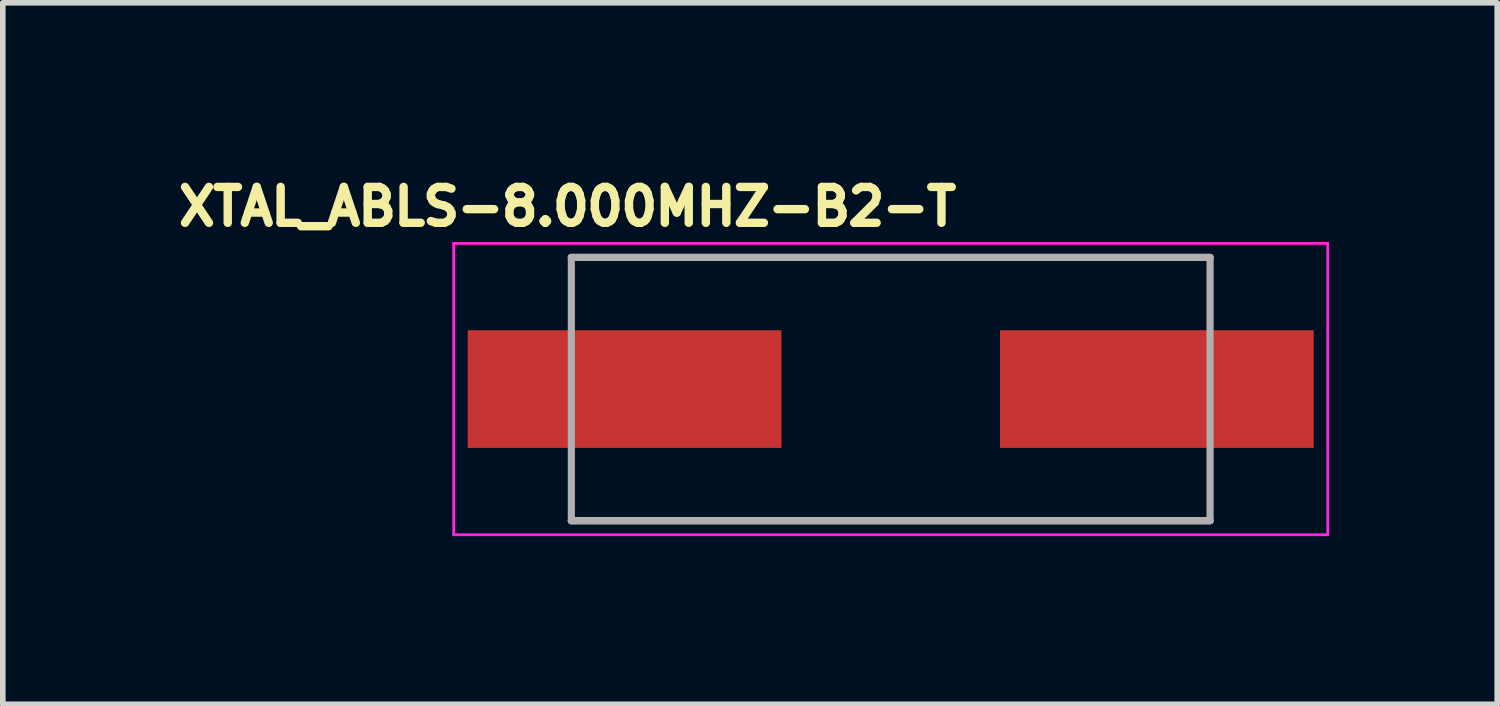
<source format=kicad_pcb>
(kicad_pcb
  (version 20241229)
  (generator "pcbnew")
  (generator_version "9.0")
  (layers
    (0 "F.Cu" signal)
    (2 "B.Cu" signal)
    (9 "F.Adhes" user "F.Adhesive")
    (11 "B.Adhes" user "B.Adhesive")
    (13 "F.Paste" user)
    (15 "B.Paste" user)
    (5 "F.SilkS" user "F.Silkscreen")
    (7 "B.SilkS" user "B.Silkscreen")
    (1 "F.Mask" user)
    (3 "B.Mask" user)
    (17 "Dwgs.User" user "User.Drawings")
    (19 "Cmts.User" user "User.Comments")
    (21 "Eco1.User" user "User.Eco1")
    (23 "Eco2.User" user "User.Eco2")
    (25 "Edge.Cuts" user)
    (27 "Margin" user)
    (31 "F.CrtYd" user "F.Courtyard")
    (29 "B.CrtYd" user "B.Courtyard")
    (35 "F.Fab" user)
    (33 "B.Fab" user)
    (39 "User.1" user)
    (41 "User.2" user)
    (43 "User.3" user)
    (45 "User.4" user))
  (footprint "XTAL_ABLS-8.000MHZ-B2-T"
    (layer "F.Cu")
    (at 12.847 3.894)
    (property "Reference" "XTAL_ABLS-8.000MHZ-B2-T" (at -5.768 -3.256 0) (layer "F.SilkS") (effects (font (size 0.64 0.64) (thickness 0.15))))
    (attr smd)
    (fp_line (start -5.7 -2.35) (end 5.7 -2.35) (stroke (width 0.127) (type solid)) (layer "F.SilkS"))
    (fp_line (start -5.7 2.35) (end 5.7 2.35) (stroke (width 0.127) (type solid)) (layer "F.SilkS"))
    (fp_line (start -7.8 -2.6) (end -7.8 2.6) (stroke (width 0.05) (type solid)) (layer "F.CrtYd"))
    (fp_line (start -7.8 2.6) (end 7.8 2.6) (stroke (width 0.05) (type solid)) (layer "F.CrtYd"))
    (fp_line (start 7.8 -2.6) (end -7.8 -2.6) (stroke (width 0.05) (type solid)) (layer "F.CrtYd"))
    (fp_line (start 7.8 2.6) (end 7.8 -2.6) (stroke (width 0.05) (type solid)) (layer "F.CrtYd"))
    (fp_line (start -5.7 -2.35) (end -5.7 2.35) (stroke (width 0.127) (type solid)) (layer "F.Fab"))
    (fp_line (start -5.7 -2.35) (end 5.7 -2.35) (stroke (width 0.127) (type solid)) (layer "F.Fab"))
    (fp_line (start -5.7 2.35) (end 5.7 2.35) (stroke (width 0.127) (type solid)) (layer "F.Fab"))
    (fp_line (start 5.7 -2.35) (end 5.7 2.35) (stroke (width 0.127) (type solid)) (layer "F.Fab"))
    (pad "1" smd rect (at -4.75 0) (size 5.6 2.1) (layers "F.Cu" "F.Mask" "F.Paste"))
    (pad "2" smd rect (at 4.75 0) (size 5.6 2.1) (layers "F.Cu" "F.Mask" "F.Paste")))
  (gr_rect
    (start -3 -3)
    (end 23.672 9.519)
    (stroke (width 0.1) (type default))
    (fill no)
    (layer "Edge.Cuts")))
</source>
